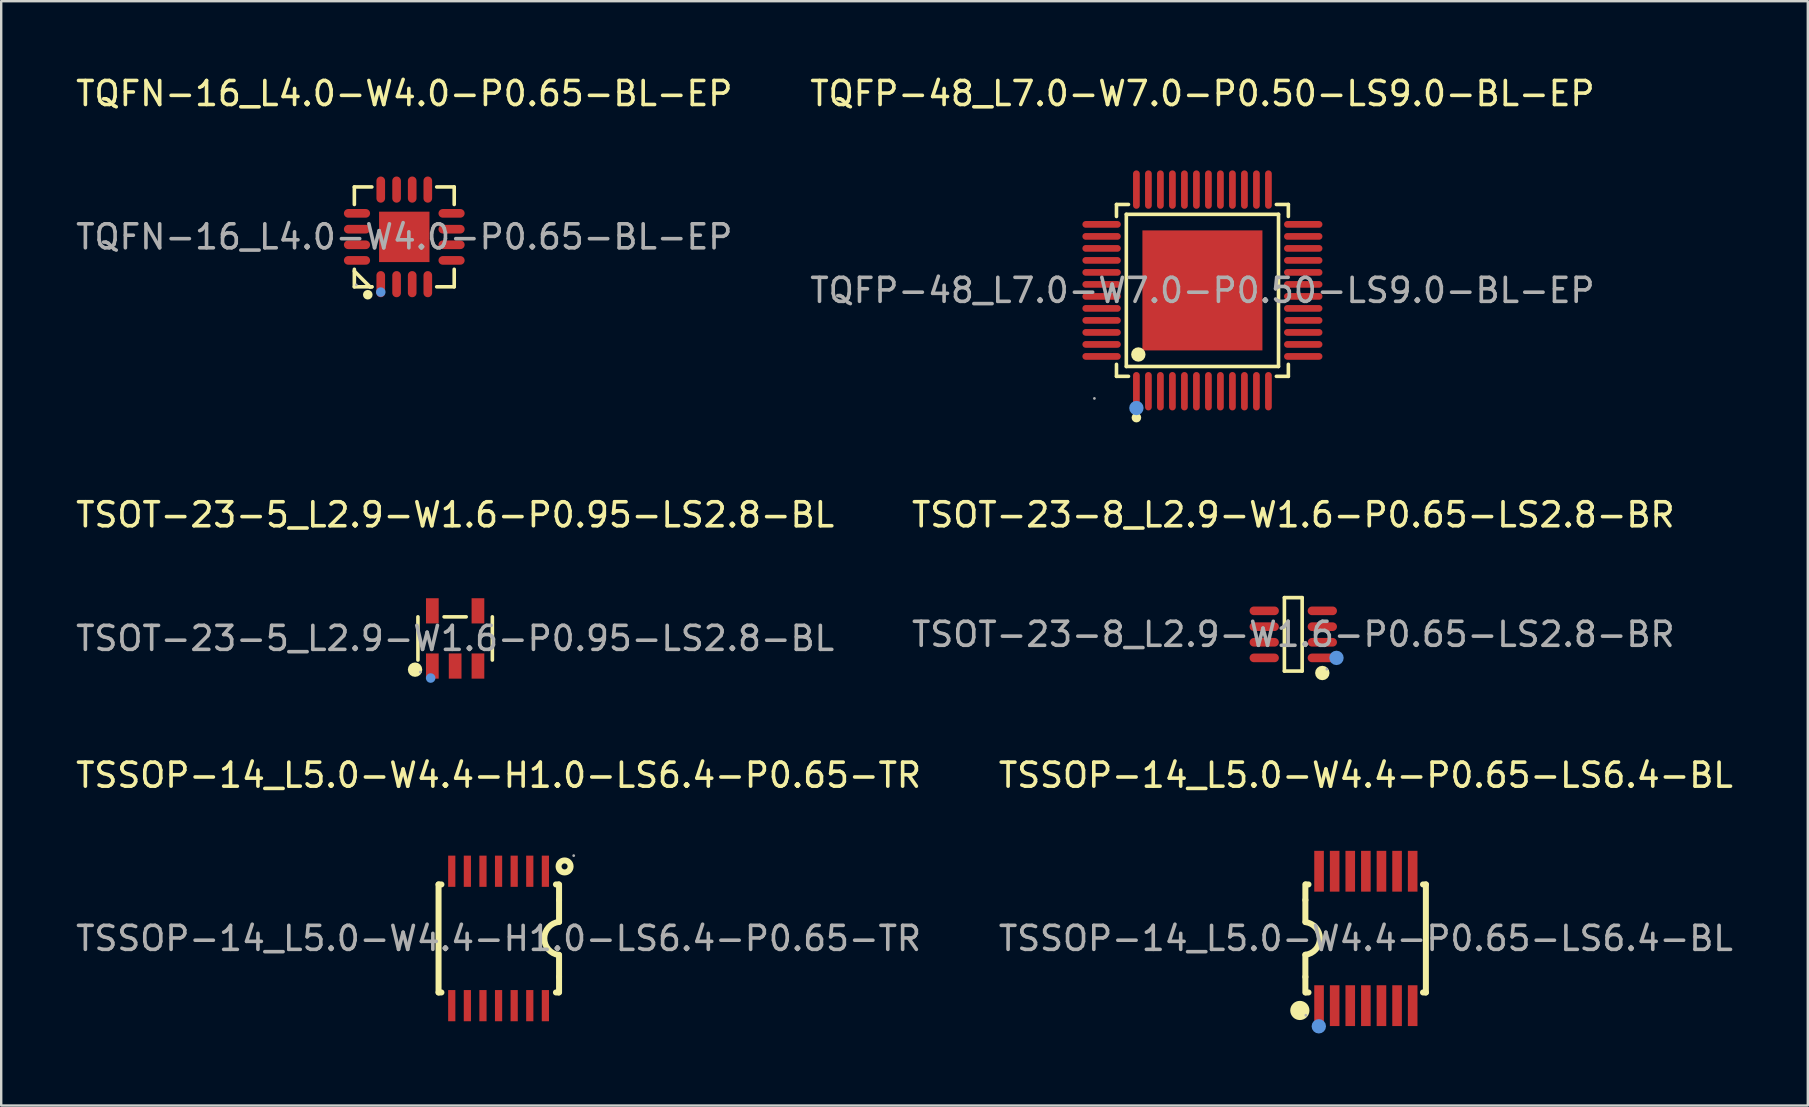
<source format=kicad_pcb>
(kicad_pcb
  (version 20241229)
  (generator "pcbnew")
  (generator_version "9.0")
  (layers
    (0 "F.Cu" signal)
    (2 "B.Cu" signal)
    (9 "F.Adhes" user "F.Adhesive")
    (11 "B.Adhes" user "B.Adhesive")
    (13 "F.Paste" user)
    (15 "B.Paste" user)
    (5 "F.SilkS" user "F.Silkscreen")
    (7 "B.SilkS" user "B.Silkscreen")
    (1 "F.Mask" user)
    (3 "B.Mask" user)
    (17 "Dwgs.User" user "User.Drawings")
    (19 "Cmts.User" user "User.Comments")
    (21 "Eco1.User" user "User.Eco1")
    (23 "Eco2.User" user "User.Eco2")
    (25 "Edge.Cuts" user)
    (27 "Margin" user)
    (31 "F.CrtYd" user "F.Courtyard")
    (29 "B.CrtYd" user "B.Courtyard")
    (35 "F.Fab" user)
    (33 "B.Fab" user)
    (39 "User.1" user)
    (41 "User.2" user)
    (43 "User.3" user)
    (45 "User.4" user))
  (footprint "TQFN-16_L4.0-W4.0-P0.65-BL-EP"
    (layer "F.Cu")
    (at 13.792 6.818)
    (property "Reference" "TQFN-16_L4.0-W4.0-P0.65-BL-EP" (at 0 -5.97 0) (layer "F.SilkS") (effects (font (size 1 1) (thickness 0.15))))
    (attr through_hole)
    (fp_line (start -2.08 -2.08) (end -1.35 -2.08) (stroke (width 0.15) (type solid)) (layer "F.SilkS"))
    (fp_line (start -2.08 -1.35) (end -2.08 -2.08) (stroke (width 0.15) (type solid)) (layer "F.SilkS"))
    (fp_line (start -2.08 1.35) (end -2.08 2.08) (stroke (width 0.15) (type solid)) (layer "F.SilkS"))
    (fp_line (start -2.08 2.08) (end -1.35 2.08) (stroke (width 0.15) (type solid)) (layer "F.SilkS"))
    (fp_line (start -1.43 2.08) (end -2.08 1.43) (stroke (width 0.15) (type solid)) (layer "F.SilkS"))
    (fp_line (start -1.35 2.08) (end -1.43 2.08) (stroke (width 0.15) (type solid)) (layer "F.SilkS"))
    (fp_line (start 2.08 -2.08) (end 1.35 -2.08) (stroke (width 0.15) (type solid)) (layer "F.SilkS"))
    (fp_line (start 2.08 -1.35) (end 2.08 -2.08) (stroke (width 0.15) (type solid)) (layer "F.SilkS"))
    (fp_line (start 2.08 1.35) (end 2.08 2.08) (stroke (width 0.15) (type solid)) (layer "F.SilkS"))
    (fp_line (start 2.08 2.08) (end 1.35 2.08) (stroke (width 0.15) (type solid)) (layer "F.SilkS"))
    (fp_circle (center -1.52 2.41) (end -1.42 2.41) (stroke (width 0.2) (type solid)) (fill no) (layer "F.SilkS"))
    (fp_circle (center -0.98 2.3) (end -0.88 2.3) (stroke (width 0.2) (type solid)) (fill no) (layer "Cmts.User"))
    (fp_circle (center -2 2) (end -1.97 2) (stroke (width 0.06) (type solid)) (fill no) (layer "F.Fab"))
    (fp_text user "${REFERENCE}" (at 0 0 0) (layer "F.Fab") (effects (font (size 1 1) (thickness 0.15))))
    (pad "1" smd oval (at -0.98 1.97) (size 0.36 1.09) (layers "F.Cu" "F.Mask" "F.Paste"))
    (pad "2" smd oval (at -0.32 1.97) (size 0.36 1.09) (layers "F.Cu" "F.Mask" "F.Paste"))
    (pad "3" smd oval (at 0.33 1.97) (size 0.36 1.09) (layers "F.Cu" "F.Mask" "F.Paste"))
    (pad "4" smd oval (at 0.98 1.97) (size 0.36 1.09) (layers "F.Cu" "F.Mask" "F.Paste"))
    (pad "5" smd oval (at 1.97 0.98) (size 1.09 0.36) (layers "F.Cu" "F.Mask" "F.Paste"))
    (pad "6" smd oval (at 1.97 0.33) (size 1.09 0.36) (layers "F.Cu" "F.Mask" "F.Paste"))
    (pad "7" smd oval (at 1.97 -0.32) (size 1.09 0.36) (layers "F.Cu" "F.Mask" "F.Paste"))
    (pad "8" smd oval (at 1.97 -0.98) (size 1.09 0.36) (layers "F.Cu" "F.Mask" "F.Paste"))
    (pad "9" smd oval (at 0.98 -1.97) (size 0.36 1.09) (layers "F.Cu" "F.Mask" "F.Paste"))
    (pad "10" smd oval (at 0.33 -1.97) (size 0.36 1.09) (layers "F.Cu" "F.Mask" "F.Paste"))
    (pad "11" smd oval (at -0.32 -1.97) (size 0.36 1.09) (layers "F.Cu" "F.Mask" "F.Paste"))
    (pad "12" smd oval (at -0.98 -1.97) (size 0.36 1.09) (layers "F.Cu" "F.Mask" "F.Paste"))
    (pad "13" smd oval (at -1.97 -0.98) (size 1.09 0.36) (layers "F.Cu" "F.Mask" "F.Paste"))
    (pad "14" smd oval (at -1.97 -0.32) (size 1.09 0.36) (layers "F.Cu" "F.Mask" "F.Paste"))
    (pad "15" smd oval (at -1.97 0.33) (size 1.09 0.36) (layers "F.Cu" "F.Mask" "F.Paste"))
    (pad "16" smd oval (at -1.97 0.98) (size 1.09 0.36) (layers "F.Cu" "F.Mask" "F.Paste"))
    (pad "17" smd rect (at 0 0) (size 2.1 2.1) (layers "F.Cu" "F.Mask" "F.Paste")))
  (footprint "TSOT-23-5_L2.9-W1.6-P0.95-LS2.8-BL"
    (layer "F.Cu")
    (at 15.911 23.547)
    (property "Reference" "TSOT-23-5_L2.9-W1.6-P0.95-LS2.8-BL" (at 0 -5.15 0) (layer "F.SilkS") (effects (font (size 1 1) (thickness 0.15))))
    (attr through_hole)
    (fp_line (start -1.55 0.9) (end -1.55 -0.9) (stroke (width 0.15) (type solid)) (layer "F.SilkS"))
    (fp_line (start 0.46 -0.9) (end -0.46 -0.9) (stroke (width 0.15) (type solid)) (layer "F.SilkS"))
    (fp_line (start 1.55 0.9) (end 1.55 -0.9) (stroke (width 0.15) (type solid)) (layer "F.SilkS"))
    (fp_circle (center -1.67 1.3) (end -1.52 1.3) (stroke (width 0.3) (type solid)) (fill no) (layer "F.SilkS"))
    (fp_circle (center -1.02 1.65) (end -0.92 1.65) (stroke (width 0.2) (type solid)) (fill no) (layer "Cmts.User"))
    (fp_circle (center -1.45 1.4) (end -1.42 1.4) (stroke (width 0.06) (type solid)) (fill no) (layer "F.Fab"))
    (fp_text user "${REFERENCE}" (at 0 0 0) (layer "F.Fab") (effects (font (size 1 1) (thickness 0.15))))
    (pad "1" smd rect (at -0.95 1.15) (size 0.53 1.05) (layers "F.Cu" "F.Mask" "F.Paste"))
    (pad "2" smd rect (at 0 1.15) (size 0.53 1.05) (layers "F.Cu" "F.Mask" "F.Paste"))
    (pad "3" smd rect (at 0.95 1.15) (size 0.53 1.05) (layers "F.Cu" "F.Mask" "F.Paste"))
    (pad "4" smd rect (at 0.95 -1.15) (size 0.53 1.05) (layers "F.Cu" "F.Mask" "F.Paste"))
    (pad "5" smd rect (at -0.95 -1.15) (size 0.53 1.05) (layers "F.Cu" "F.Mask" "F.Paste")))
  (footprint "TQFP-48_L7.0-W7.0-P0.50-LS9.0-BL-EP"
    (layer "F.Cu")
    (at 47.042 9.048)
    (property "Reference" "TQFP-48_L7.0-W7.0-P0.50-LS9.0-BL-EP" (at 0 -8.2 0) (layer "F.SilkS") (effects (font (size 1 1) (thickness 0.15))))
    (attr through_hole)
    (fp_line (start -3.58 -3.58) (end -3.08 -3.58) (stroke (width 0.15) (type solid)) (layer "F.SilkS"))
    (fp_line (start -3.58 -3.08) (end -3.58 -3.58) (stroke (width 0.15) (type solid)) (layer "F.SilkS"))
    (fp_line (start -3.58 3.08) (end -3.58 3.58) (stroke (width 0.15) (type solid)) (layer "F.SilkS"))
    (fp_line (start -3.58 3.58) (end -3.08 3.58) (stroke (width 0.15) (type solid)) (layer "F.SilkS"))
    (fp_line (start -3.17 -3.17) (end 3.17 -3.17) (stroke (width 0.15) (type solid)) (layer "F.SilkS"))
    (fp_line (start -3.17 3.17) (end -3.17 -3.17) (stroke (width 0.15) (type solid)) (layer "F.SilkS"))
    (fp_line (start 3.17 -3.17) (end 3.17 3.17) (stroke (width 0.15) (type solid)) (layer "F.SilkS"))
    (fp_line (start 3.17 3.17) (end -3.17 3.17) (stroke (width 0.15) (type solid)) (layer "F.SilkS"))
    (fp_line (start 3.58 -3.58) (end 3.08 -3.58) (stroke (width 0.15) (type solid)) (layer "F.SilkS"))
    (fp_line (start 3.58 -3.08) (end 3.58 -3.58) (stroke (width 0.15) (type solid)) (layer "F.SilkS"))
    (fp_line (start 3.58 3.08) (end 3.58 3.58) (stroke (width 0.15) (type solid)) (layer "F.SilkS"))
    (fp_line (start 3.58 3.58) (end 3.08 3.58) (stroke (width 0.15) (type solid)) (layer "F.SilkS"))
    (fp_circle (center -2.75 5.3) (end -2.65 5.3) (stroke (width 0.2) (type solid)) (fill no) (layer "F.SilkS"))
    (fp_circle (center -2.67 2.67) (end -2.52 2.67) (stroke (width 0.3) (type solid)) (fill no) (layer "F.SilkS"))
    (fp_circle (center -2.75 4.9) (end -2.6 4.9) (stroke (width 0.3) (type solid)) (fill no) (layer "Cmts.User"))
    (fp_circle (center -4.5 4.5) (end -4.47 4.5) (stroke (width 0.06) (type solid)) (fill no) (layer "F.Fab"))
    (fp_text user "${REFERENCE}" (at 0 0 0) (layer "F.Fab") (effects (font (size 1 1) (thickness 0.15))))
    (pad "1" smd oval (at -2.75 4.2) (size 0.28 1.6) (layers "F.Cu" "F.Mask" "F.Paste"))
    (pad "2" smd oval (at -2.25 4.2) (size 0.28 1.6) (layers "F.Cu" "F.Mask" "F.Paste"))
    (pad "3" smd oval (at -1.75 4.2) (size 0.28 1.6) (layers "F.Cu" "F.Mask" "F.Paste"))
    (pad "4" smd oval (at -1.25 4.2) (size 0.28 1.6) (layers "F.Cu" "F.Mask" "F.Paste"))
    (pad "5" smd oval (at -0.75 4.2) (size 0.28 1.6) (layers "F.Cu" "F.Mask" "F.Paste"))
    (pad "6" smd oval (at -0.25 4.2) (size 0.28 1.6) (layers "F.Cu" "F.Mask" "F.Paste"))
    (pad "7" smd oval (at 0.25 4.2) (size 0.28 1.6) (layers "F.Cu" "F.Mask" "F.Paste"))
    (pad "8" smd oval (at 0.75 4.2) (size 0.28 1.6) (layers "F.Cu" "F.Mask" "F.Paste"))
    (pad "9" smd oval (at 1.25 4.2) (size 0.28 1.6) (layers "F.Cu" "F.Mask" "F.Paste"))
    (pad "10" smd oval (at 1.75 4.2) (size 0.28 1.6) (layers "F.Cu" "F.Mask" "F.Paste"))
    (pad "11" smd oval (at 2.25 4.2) (size 0.28 1.6) (layers "F.Cu" "F.Mask" "F.Paste"))
    (pad "12" smd oval (at 2.75 4.2) (size 0.28 1.6) (layers "F.Cu" "F.Mask" "F.Paste"))
    (pad "13" smd oval (at 4.2 2.75) (size 1.6 0.28) (layers "F.Cu" "F.Mask" "F.Paste"))
    (pad "14" smd oval (at 4.2 2.25) (size 1.6 0.28) (layers "F.Cu" "F.Mask" "F.Paste"))
    (pad "15" smd oval (at 4.2 1.75) (size 1.6 0.28) (layers "F.Cu" "F.Mask" "F.Paste"))
    (pad "16" smd oval (at 4.2 1.25) (size 1.6 0.28) (layers "F.Cu" "F.Mask" "F.Paste"))
    (pad "17" smd oval (at 4.2 0.75) (size 1.6 0.28) (layers "F.Cu" "F.Mask" "F.Paste"))
    (pad "18" smd oval (at 4.2 0.25) (size 1.6 0.28) (layers "F.Cu" "F.Mask" "F.Paste"))
    (pad "19" smd oval (at 4.2 -0.25) (size 1.6 0.28) (layers "F.Cu" "F.Mask" "F.Paste"))
    (pad "20" smd oval (at 4.2 -0.75) (size 1.6 0.28) (layers "F.Cu" "F.Mask" "F.Paste"))
    (pad "21" smd oval (at 4.2 -1.25) (size 1.6 0.28) (layers "F.Cu" "F.Mask" "F.Paste"))
    (pad "22" smd oval (at 4.2 -1.75) (size 1.6 0.28) (layers "F.Cu" "F.Mask" "F.Paste"))
    (pad "23" smd oval (at 4.2 -2.25) (size 1.6 0.28) (layers "F.Cu" "F.Mask" "F.Paste"))
    (pad "24" smd oval (at 4.2 -2.75) (size 1.6 0.28) (layers "F.Cu" "F.Mask" "F.Paste"))
    (pad "25" smd oval (at 2.75 -4.2) (size 0.28 1.6) (layers "F.Cu" "F.Mask" "F.Paste"))
    (pad "26" smd oval (at 2.25 -4.2) (size 0.28 1.6) (layers "F.Cu" "F.Mask" "F.Paste"))
    (pad "27" smd oval (at 1.75 -4.2) (size 0.28 1.6) (layers "F.Cu" "F.Mask" "F.Paste"))
    (pad "28" smd oval (at 1.25 -4.2) (size 0.28 1.6) (layers "F.Cu" "F.Mask" "F.Paste"))
    (pad "29" smd oval (at 0.75 -4.2) (size 0.28 1.6) (layers "F.Cu" "F.Mask" "F.Paste"))
    (pad "30" smd oval (at 0.25 -4.2) (size 0.28 1.6) (layers "F.Cu" "F.Mask" "F.Paste"))
    (pad "31" smd oval (at -0.25 -4.2) (size 0.28 1.6) (layers "F.Cu" "F.Mask" "F.Paste"))
    (pad "32" smd oval (at -0.75 -4.2) (size 0.28 1.6) (layers "F.Cu" "F.Mask" "F.Paste"))
    (pad "33" smd oval (at -1.25 -4.2) (size 0.28 1.6) (layers "F.Cu" "F.Mask" "F.Paste"))
    (pad "34" smd oval (at -1.75 -4.2) (size 0.28 1.6) (layers "F.Cu" "F.Mask" "F.Paste"))
    (pad "35" smd oval (at -2.25 -4.2) (size 0.28 1.6) (layers "F.Cu" "F.Mask" "F.Paste"))
    (pad "36" smd oval (at -2.75 -4.2) (size 0.28 1.6) (layers "F.Cu" "F.Mask" "F.Paste"))
    (pad "37" smd oval (at -4.2 -2.75) (size 1.6 0.28) (layers "F.Cu" "F.Mask" "F.Paste"))
    (pad "38" smd oval (at -4.2 -2.25) (size 1.6 0.28) (layers "F.Cu" "F.Mask" "F.Paste"))
    (pad "39" smd oval (at -4.2 -1.75) (size 1.6 0.28) (layers "F.Cu" "F.Mask" "F.Paste"))
    (pad "40" smd oval (at -4.2 -1.25) (size 1.6 0.28) (layers "F.Cu" "F.Mask" "F.Paste"))
    (pad "41" smd oval (at -4.2 -0.75) (size 1.6 0.28) (layers "F.Cu" "F.Mask" "F.Paste"))
    (pad "42" smd oval (at -4.2 -0.25) (size 1.6 0.28) (layers "F.Cu" "F.Mask" "F.Paste"))
    (pad "43" smd oval (at -4.2 0.25) (size 1.6 0.28) (layers "F.Cu" "F.Mask" "F.Paste"))
    (pad "44" smd oval (at -4.2 0.75) (size 1.6 0.28) (layers "F.Cu" "F.Mask" "F.Paste"))
    (pad "45" smd oval (at -4.2 1.25) (size 1.6 0.28) (layers "F.Cu" "F.Mask" "F.Paste"))
    (pad "46" smd oval (at -4.2 1.75) (size 1.6 0.28) (layers "F.Cu" "F.Mask" "F.Paste"))
    (pad "47" smd oval (at -4.2 2.25) (size 1.6 0.28) (layers "F.Cu" "F.Mask" "F.Paste"))
    (pad "48" smd oval (at -4.2 2.75) (size 1.6 0.28) (layers "F.Cu" "F.Mask" "F.Paste"))
    (pad "49" smd rect (at 0 0) (size 5 5) (layers "F.Cu" "F.Mask" "F.Paste")))
  (footprint "TSOT-23-8_L2.9-W1.6-P0.65-LS2.8-BR"
    (layer "F.Cu")
    (at 50.827 23.377)
    (property "Reference" "TSOT-23-8_L2.9-W1.6-P0.65-LS2.8-BR" (at 0 -4.98 0) (layer "F.SilkS") (effects (font (size 1 1) (thickness 0.15))))
    (attr through_hole)
    (fp_line (start -0.37 -1.53) (end 0.37 -1.53) (stroke (width 0.15) (type solid)) (layer "F.SilkS"))
    (fp_line (start -0.37 1.53) (end -0.37 -1.53) (stroke (width 0.15) (type solid)) (layer "F.SilkS"))
    (fp_line (start 0.37 -1.53) (end 0.37 1.53) (stroke (width 0.15) (type solid)) (layer "F.SilkS"))
    (fp_line (start 0.37 1.53) (end -0.37 1.53) (stroke (width 0.15) (type solid)) (layer "F.SilkS"))
    (fp_circle (center 1.21 1.61) (end 1.36 1.61) (stroke (width 0.3) (type solid)) (fill no) (layer "F.SilkS"))
    (fp_circle (center 1.8 0.98) (end 1.95 0.98) (stroke (width 0.3) (type solid)) (fill no) (layer "Cmts.User"))
    (fp_circle (center 1.4 1.45) (end 1.43 1.45) (stroke (width 0.06) (type solid)) (fill no) (layer "F.Fab"))
    (fp_text user "${REFERENCE}" (at 0 0 0) (layer "F.Fab") (effects (font (size 1 1) (thickness 0.15))))
    (pad "1" smd oval (at 1.21 0.98) (size 1.22 0.36) (layers "F.Cu" "F.Mask" "F.Paste"))
    (pad "2" smd oval (at 1.21 0.33) (size 1.22 0.36) (layers "F.Cu" "F.Mask" "F.Paste"))
    (pad "3" smd oval (at 1.21 -0.32) (size 1.22 0.36) (layers "F.Cu" "F.Mask" "F.Paste"))
    (pad "4" smd oval (at 1.21 -0.98) (size 1.22 0.36) (layers "F.Cu" "F.Mask" "F.Paste"))
    (pad "5" smd oval (at -1.21 -0.98) (size 1.22 0.36) (layers "F.Cu" "F.Mask" "F.Paste"))
    (pad "6" smd oval (at -1.21 -0.32) (size 1.22 0.36) (layers "F.Cu" "F.Mask" "F.Paste"))
    (pad "7" smd oval (at -1.21 0.33) (size 1.22 0.36) (layers "F.Cu" "F.Mask" "F.Paste"))
    (pad "8" smd oval (at -1.21 0.98) (size 1.22 0.36) (layers "F.Cu" "F.Mask" "F.Paste")))
  (footprint "TSSOP-14_L5.0-W4.4-H1.0-LS6.4-P0.65-TR"
    (layer "F.Cu")
    (at 17.72 36.045)
    (property "Reference" "TSSOP-14_L5.0-W4.4-H1.0-LS6.4-P0.65-TR" (at 0 -6.8 0) (layer "F.SilkS") (effects (font (size 1 1) (thickness 0.15))))
    (attr through_hole)
    (fp_line (start -2.5 -2.25) (end -2.38 -2.25) (stroke (width 0.25) (type solid)) (layer "F.SilkS"))
    (fp_line (start -2.5 2.25) (end -2.5 -2.25) (stroke (width 0.25) (type solid)) (layer "F.SilkS"))
    (fp_line (start -2.38 2.25) (end -2.5 2.25) (stroke (width 0.25) (type solid)) (layer "F.SilkS"))
    (fp_line (start 2.39 -2.25) (end 2.5 -2.25) (stroke (width 0.25) (type solid)) (layer "F.SilkS"))
    (fp_line (start 2.5 2.25) (end 2.39 2.25) (stroke (width 0.25) (type solid)) (layer "F.SilkS"))
    (fp_line (start 2.52 -1.6) (end 2.52 -2.25) (stroke (width 0.25) (type solid)) (layer "F.SilkS"))
    (fp_line (start 2.52 -1.6) (end 2.52 -0.69) (stroke (width 0.25) (type solid)) (layer "F.SilkS"))
    (fp_line (start 2.52 0.68) (end 2.52 1.6) (stroke (width 0.25) (type solid)) (layer "F.SilkS"))
    (fp_line (start 2.52 1.6) (end 2.52 2.25) (stroke (width 0.25) (type solid)) (layer "F.SilkS"))
    (fp_arc (start 2.513103 0.689165) (mid 1.905387 -0.003474) (end 2.52 -0.69) (stroke (width 0.25) (type solid)) (layer "F.SilkS"))
    (fp_circle (center 2.75 -3) (end 3 -3) (stroke (width 0.25) (type solid)) (fill no) (layer "F.SilkS"))
    (fp_circle (center 3.13 -3.45) (end 3.16 -3.45) (stroke (width 0.06) (type solid)) (fill no) (layer "F.Fab"))
    (fp_text user "${REFERENCE}" (at 0 0 0) (layer "F.Fab") (effects (font (size 1 1) (thickness 0.15))))
    (pad "1" smd rect (at 1.95 -2.8 270) (size 1.3 0.3) (layers "F.Cu" "F.Mask" "F.Paste"))
    (pad "2" smd rect (at 1.3 -2.8 270) (size 1.3 0.3) (layers "F.Cu" "F.Mask" "F.Paste"))
    (pad "3" smd rect (at 0.65 -2.8 270) (size 1.3 0.3) (layers "F.Cu" "F.Mask" "F.Paste"))
    (pad "4" smd rect (at 0 -2.8 270) (size 1.3 0.3) (layers "F.Cu" "F.Mask" "F.Paste"))
    (pad "5" smd rect (at -0.65 -2.8 270) (size 1.3 0.3) (layers "F.Cu" "F.Mask" "F.Paste"))
    (pad "6" smd rect (at -1.3 -2.8 270) (size 1.3 0.3) (layers "F.Cu" "F.Mask" "F.Paste"))
    (pad "7" smd rect (at -1.95 -2.8 270) (size 1.3 0.3) (layers "F.Cu" "F.Mask" "F.Paste"))
    (pad "8" smd rect (at -1.95 2.8 270) (size 1.3 0.3) (layers "F.Cu" "F.Mask" "F.Paste"))
    (pad "9" smd rect (at -1.3 2.8 270) (size 1.3 0.3) (layers "F.Cu" "F.Mask" "F.Paste"))
    (pad "10" smd rect (at -0.65 2.8 270) (size 1.3 0.3) (layers "F.Cu" "F.Mask" "F.Paste"))
    (pad "11" smd rect (at 0 2.8 270) (size 1.3 0.3) (layers "F.Cu" "F.Mask" "F.Paste"))
    (pad "12" smd rect (at 0.65 2.8 270) (size 1.3 0.3) (layers "F.Cu" "F.Mask" "F.Paste"))
    (pad "13" smd rect (at 1.3 2.8 270) (size 1.3 0.3) (layers "F.Cu" "F.Mask" "F.Paste"))
    (pad "14" smd rect (at 1.95 2.8 270) (size 1.3 0.3) (layers "F.Cu" "F.Mask" "F.Paste")))
  (footprint "TSSOP-14_L5.0-W4.4-P0.65-LS6.4-BL"
    (layer "F.Cu")
    (at 53.851 36.045)
    (property "Reference" "TSSOP-14_L5.0-W4.4-P0.65-LS6.4-BL" (at 0 -6.8 0) (layer "F.SilkS") (effects (font (size 1 1) (thickness 0.15))))
    (attr through_hole)
    (fp_line (start -2.52 -1.6) (end -2.52 -2.25) (stroke (width 0.25) (type solid)) (layer "F.SilkS"))
    (fp_line (start -2.52 -0.69) (end -2.52 -1.6) (stroke (width 0.25) (type solid)) (layer "F.SilkS"))
    (fp_line (start -2.52 1.6) (end -2.52 0.68) (stroke (width 0.25) (type solid)) (layer "F.SilkS"))
    (fp_line (start -2.52 1.6) (end -2.52 2.25) (stroke (width 0.25) (type solid)) (layer "F.SilkS"))
    (fp_line (start -2.5 -2.25) (end -2.39 -2.25) (stroke (width 0.25) (type solid)) (layer "F.SilkS"))
    (fp_line (start -2.39 2.25) (end -2.5 2.25) (stroke (width 0.25) (type solid)) (layer "F.SilkS"))
    (fp_line (start 2.38 -2.25) (end 2.5 -2.25) (stroke (width 0.25) (type solid)) (layer "F.SilkS"))
    (fp_line (start 2.5 -2.25) (end 2.5 2.25) (stroke (width 0.25) (type solid)) (layer "F.SilkS"))
    (fp_line (start 2.5 2.25) (end 2.38 2.25) (stroke (width 0.25) (type solid)) (layer "F.SilkS"))
    (fp_arc (start -2.515488 -0.679454) (mid -1.915314 0.002272) (end -2.52 0.68) (stroke (width 0.25) (type solid)) (layer "F.SilkS"))
    (fp_circle (center -2.75 3) (end -2.55 3) (stroke (width 0.4) (type solid)) (fill no) (layer "F.SilkS"))
    (fp_circle (center -1.96 3.66) (end -1.81 3.66) (stroke (width 0.3) (type solid)) (fill no) (layer "Cmts.User"))
    (fp_circle (center -2.5 3.2) (end -2.47 3.2) (stroke (width 0.06) (type solid)) (fill no) (layer "F.Fab"))
    (fp_text user "${REFERENCE}" (at 0 0 0) (layer "F.Fab") (effects (font (size 1 1) (thickness 0.15))))
    (pad "1" smd rect (at -1.95 2.8) (size 0.4 1.7) (layers "F.Cu" "F.Mask" "F.Paste"))
    (pad "2" smd rect (at -1.3 2.8) (size 0.4 1.7) (layers "F.Cu" "F.Mask" "F.Paste"))
    (pad "3" smd rect (at -0.65 2.8) (size 0.4 1.7) (layers "F.Cu" "F.Mask" "F.Paste"))
    (pad "4" smd rect (at 0 2.8) (size 0.4 1.7) (layers "F.Cu" "F.Mask" "F.Paste"))
    (pad "5" smd rect (at 0.65 2.8) (size 0.4 1.7) (layers "F.Cu" "F.Mask" "F.Paste"))
    (pad "6" smd rect (at 1.3 2.8) (size 0.4 1.7) (layers "F.Cu" "F.Mask" "F.Paste"))
    (pad "7" smd rect (at 1.95 2.8) (size 0.4 1.7) (layers "F.Cu" "F.Mask" "F.Paste"))
    (pad "8" smd rect (at 1.95 -2.8) (size 0.4 1.7) (layers "F.Cu" "F.Mask" "F.Paste"))
    (pad "9" smd rect (at 1.3 -2.8) (size 0.4 1.7) (layers "F.Cu" "F.Mask" "F.Paste"))
    (pad "10" smd rect (at 0.65 -2.8) (size 0.4 1.7) (layers "F.Cu" "F.Mask" "F.Paste"))
    (pad "11" smd rect (at 0 -2.8) (size 0.4 1.7) (layers "F.Cu" "F.Mask" "F.Paste"))
    (pad "12" smd rect (at -0.65 -2.8) (size 0.4 1.7) (layers "F.Cu" "F.Mask" "F.Paste"))
    (pad "13" smd rect (at -1.3 -2.8) (size 0.4 1.7) (layers "F.Cu" "F.Mask" "F.Paste"))
    (pad "14" smd rect (at -1.95 -2.8) (size 0.4 1.7) (layers "F.Cu" "F.Mask" "F.Paste")))
  (gr_rect
    (start -3 -3)
    (end 72.262 43.005)
    (stroke (width 0.1) (type default))
    (fill no)
    (layer "Edge.Cuts")))
</source>
